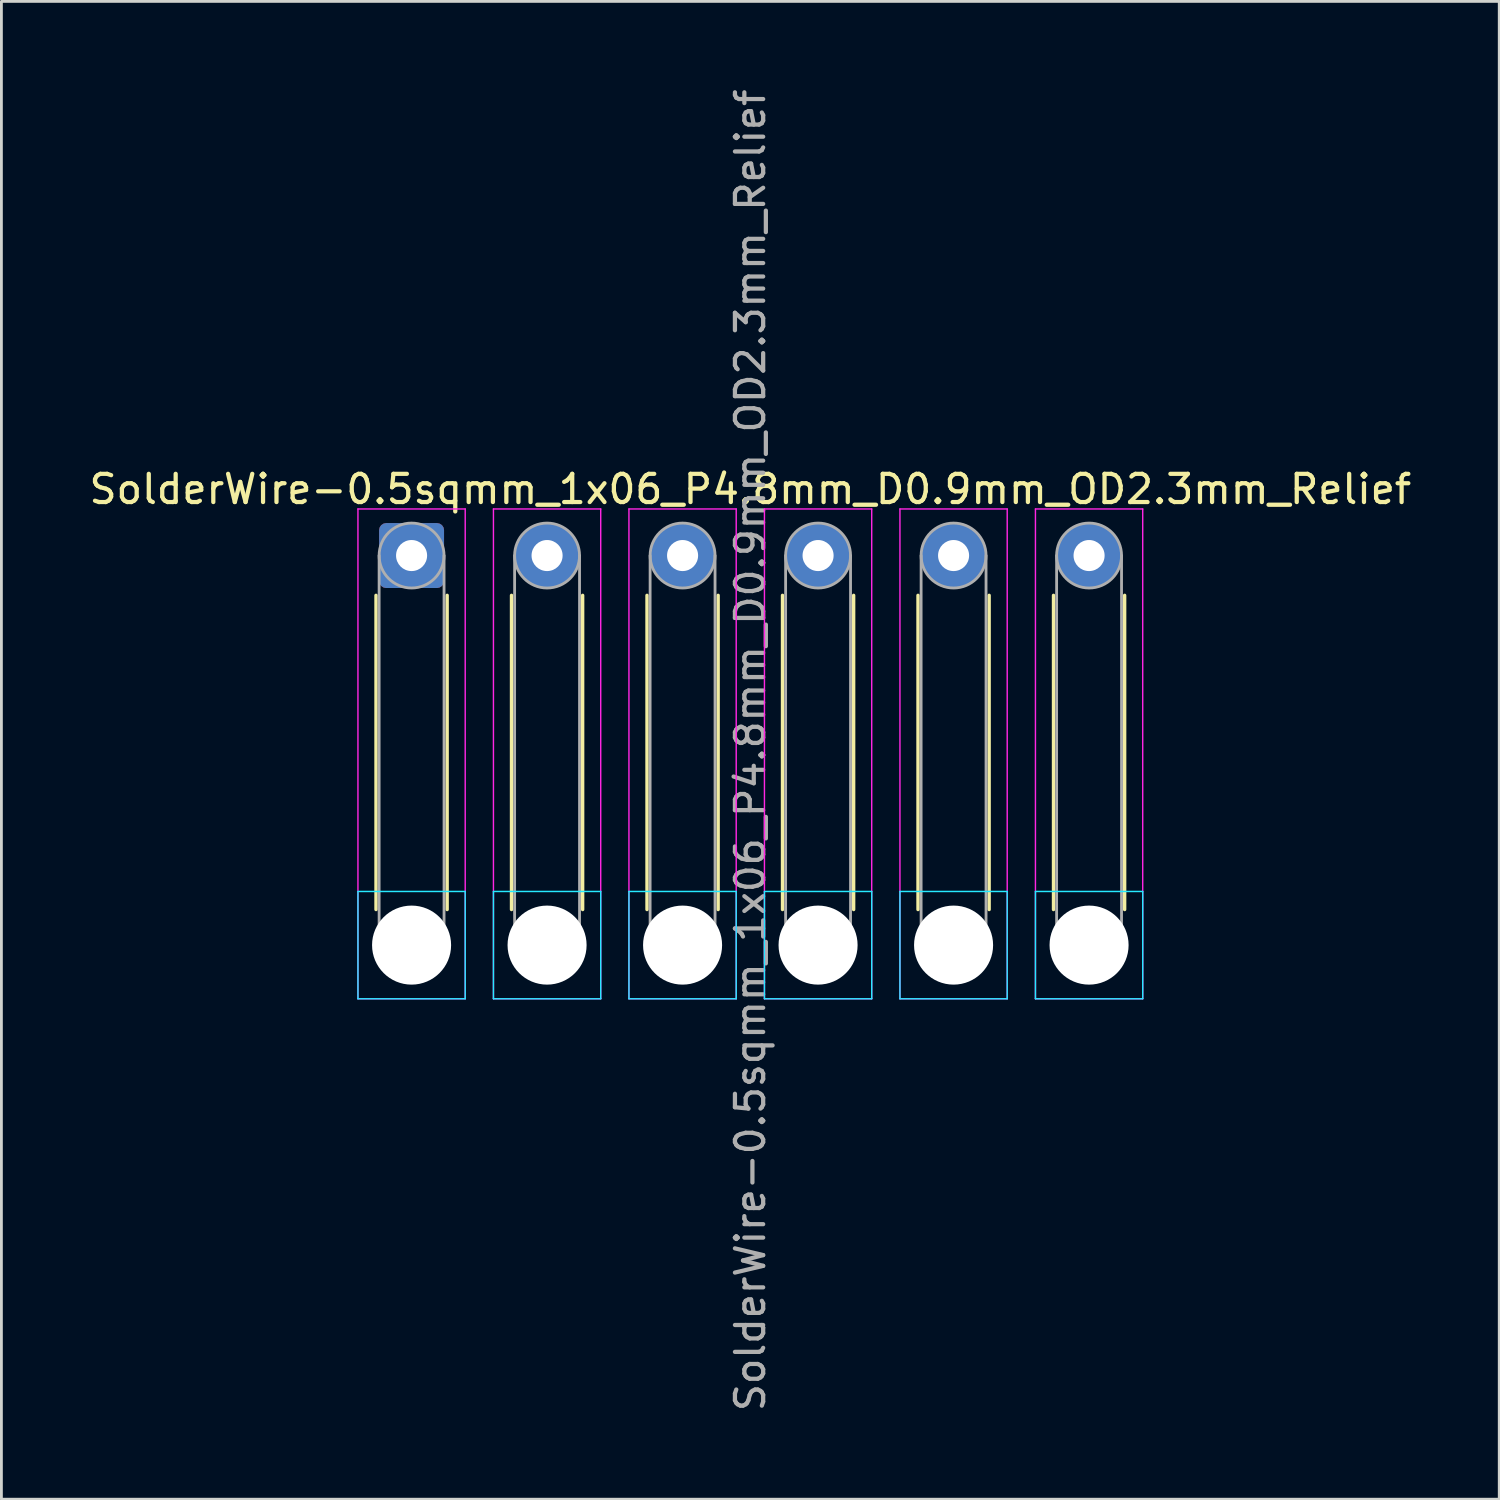
<source format=kicad_pcb>
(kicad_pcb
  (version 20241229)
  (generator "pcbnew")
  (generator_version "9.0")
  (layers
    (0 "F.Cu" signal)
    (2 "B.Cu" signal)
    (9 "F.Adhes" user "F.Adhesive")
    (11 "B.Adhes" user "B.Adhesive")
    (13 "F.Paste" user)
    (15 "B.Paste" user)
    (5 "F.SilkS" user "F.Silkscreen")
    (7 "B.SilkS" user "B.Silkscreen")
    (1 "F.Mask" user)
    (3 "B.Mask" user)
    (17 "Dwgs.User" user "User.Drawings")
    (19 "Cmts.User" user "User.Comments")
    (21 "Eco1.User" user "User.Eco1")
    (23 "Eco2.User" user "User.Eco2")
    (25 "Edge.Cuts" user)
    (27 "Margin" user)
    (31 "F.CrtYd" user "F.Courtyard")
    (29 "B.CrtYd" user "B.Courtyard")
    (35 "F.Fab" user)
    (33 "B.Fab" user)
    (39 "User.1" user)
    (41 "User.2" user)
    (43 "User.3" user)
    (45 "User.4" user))
  (footprint "SolderWire-0.5sqmm_1x06_P4.8mm_D0.9mm_OD2.3mm_Relief"
    (layer "F.Cu")
    (at 11.53 16.63)
    (property "Reference" "SolderWire-0.5sqmm_1x06_P4.8mm_D0.9mm_OD2.3mm_Relief" (at 12 -2.35 0) (layer "F.SilkS") (effects (font (size 1 1) (thickness 0.15))))
    (attr exclude_from_pos_files exclude_from_bom)
    (fp_line (start -1.26 1.41) (end -1.26 12.54) (stroke (width 0.12) (type solid)) (layer "F.SilkS"))
    (fp_line (start 1.26 1.41) (end 1.26 12.54) (stroke (width 0.12) (type solid)) (layer "F.SilkS"))
    (fp_line (start 3.54 1.41) (end 3.54 12.54) (stroke (width 0.12) (type solid)) (layer "F.SilkS"))
    (fp_line (start 6.06 1.41) (end 6.06 12.54) (stroke (width 0.12) (type solid)) (layer "F.SilkS"))
    (fp_line (start 8.34 1.41) (end 8.34 12.54) (stroke (width 0.12) (type solid)) (layer "F.SilkS"))
    (fp_line (start 10.86 1.41) (end 10.86 12.54) (stroke (width 0.12) (type solid)) (layer "F.SilkS"))
    (fp_line (start 13.14 1.41) (end 13.14 12.54) (stroke (width 0.12) (type solid)) (layer "F.SilkS"))
    (fp_line (start 15.66 1.41) (end 15.66 12.54) (stroke (width 0.12) (type solid)) (layer "F.SilkS"))
    (fp_line (start 17.94 1.41) (end 17.94 12.54) (stroke (width 0.12) (type solid)) (layer "F.SilkS"))
    (fp_line (start 20.46 1.41) (end 20.46 12.54) (stroke (width 0.12) (type solid)) (layer "F.SilkS"))
    (fp_line (start 22.74 1.41) (end 22.74 12.54) (stroke (width 0.12) (type solid)) (layer "F.SilkS"))
    (fp_line (start 25.26 1.41) (end 25.26 12.54) (stroke (width 0.12) (type solid)) (layer "F.SilkS"))
    (fp_line (start -1.9 11.9) (end -1.9 15.7) (stroke (width 0.05) (type solid)) (layer "B.CrtYd"))
    (fp_line (start -1.9 15.7) (end 1.9 15.7) (stroke (width 0.05) (type solid)) (layer "B.CrtYd"))
    (fp_line (start 1.9 11.9) (end -1.9 11.9) (stroke (width 0.05) (type solid)) (layer "B.CrtYd"))
    (fp_line (start 1.9 15.7) (end 1.9 11.9) (stroke (width 0.05) (type solid)) (layer "B.CrtYd"))
    (fp_line (start 2.9 11.9) (end 2.9 15.7) (stroke (width 0.05) (type solid)) (layer "B.CrtYd"))
    (fp_line (start 2.9 15.7) (end 6.7 15.7) (stroke (width 0.05) (type solid)) (layer "B.CrtYd"))
    (fp_line (start 6.7 11.9) (end 2.9 11.9) (stroke (width 0.05) (type solid)) (layer "B.CrtYd"))
    (fp_line (start 6.7 15.7) (end 6.7 11.9) (stroke (width 0.05) (type solid)) (layer "B.CrtYd"))
    (fp_line (start 7.7 11.9) (end 7.7 15.7) (stroke (width 0.05) (type solid)) (layer "B.CrtYd"))
    (fp_line (start 7.7 15.7) (end 11.5 15.7) (stroke (width 0.05) (type solid)) (layer "B.CrtYd"))
    (fp_line (start 11.5 11.9) (end 7.7 11.9) (stroke (width 0.05) (type solid)) (layer "B.CrtYd"))
    (fp_line (start 11.5 15.7) (end 11.5 11.9) (stroke (width 0.05) (type solid)) (layer "B.CrtYd"))
    (fp_line (start 12.5 11.9) (end 12.5 15.7) (stroke (width 0.05) (type solid)) (layer "B.CrtYd"))
    (fp_line (start 12.5 15.7) (end 16.3 15.7) (stroke (width 0.05) (type solid)) (layer "B.CrtYd"))
    (fp_line (start 16.3 11.9) (end 12.5 11.9) (stroke (width 0.05) (type solid)) (layer "B.CrtYd"))
    (fp_line (start 16.3 15.7) (end 16.3 11.9) (stroke (width 0.05) (type solid)) (layer "B.CrtYd"))
    (fp_line (start 17.3 11.9) (end 17.3 15.7) (stroke (width 0.05) (type solid)) (layer "B.CrtYd"))
    (fp_line (start 17.3 15.7) (end 21.1 15.7) (stroke (width 0.05) (type solid)) (layer "B.CrtYd"))
    (fp_line (start 21.1 11.9) (end 17.3 11.9) (stroke (width 0.05) (type solid)) (layer "B.CrtYd"))
    (fp_line (start 21.1 15.7) (end 21.1 11.9) (stroke (width 0.05) (type solid)) (layer "B.CrtYd"))
    (fp_line (start 22.1 11.9) (end 22.1 15.7) (stroke (width 0.05) (type solid)) (layer "B.CrtYd"))
    (fp_line (start 22.1 15.7) (end 25.9 15.7) (stroke (width 0.05) (type solid)) (layer "B.CrtYd"))
    (fp_line (start 25.9 11.9) (end 22.1 11.9) (stroke (width 0.05) (type solid)) (layer "B.CrtYd"))
    (fp_line (start 25.9 15.7) (end 25.9 11.9) (stroke (width 0.05) (type solid)) (layer "B.CrtYd"))
    (fp_line (start -1.9 -1.65) (end -1.9 15.7) (stroke (width 0.05) (type solid)) (layer "F.CrtYd"))
    (fp_line (start -1.9 15.7) (end 1.9 15.7) (stroke (width 0.05) (type solid)) (layer "F.CrtYd"))
    (fp_line (start 1.9 -1.65) (end -1.9 -1.65) (stroke (width 0.05) (type solid)) (layer "F.CrtYd"))
    (fp_line (start 1.9 15.7) (end 1.9 -1.65) (stroke (width 0.05) (type solid)) (layer "F.CrtYd"))
    (fp_line (start 2.9 -1.65) (end 2.9 15.7) (stroke (width 0.05) (type solid)) (layer "F.CrtYd"))
    (fp_line (start 2.9 15.7) (end 6.7 15.7) (stroke (width 0.05) (type solid)) (layer "F.CrtYd"))
    (fp_line (start 6.7 -1.65) (end 2.9 -1.65) (stroke (width 0.05) (type solid)) (layer "F.CrtYd"))
    (fp_line (start 6.7 15.7) (end 6.7 -1.65) (stroke (width 0.05) (type solid)) (layer "F.CrtYd"))
    (fp_line (start 7.7 -1.65) (end 7.7 15.7) (stroke (width 0.05) (type solid)) (layer "F.CrtYd"))
    (fp_line (start 7.7 15.7) (end 11.5 15.7) (stroke (width 0.05) (type solid)) (layer "F.CrtYd"))
    (fp_line (start 11.5 -1.65) (end 7.7 -1.65) (stroke (width 0.05) (type solid)) (layer "F.CrtYd"))
    (fp_line (start 11.5 15.7) (end 11.5 -1.65) (stroke (width 0.05) (type solid)) (layer "F.CrtYd"))
    (fp_line (start 12.5 -1.65) (end 12.5 15.7) (stroke (width 0.05) (type solid)) (layer "F.CrtYd"))
    (fp_line (start 12.5 15.7) (end 16.3 15.7) (stroke (width 0.05) (type solid)) (layer "F.CrtYd"))
    (fp_line (start 16.3 -1.65) (end 12.5 -1.65) (stroke (width 0.05) (type solid)) (layer "F.CrtYd"))
    (fp_line (start 16.3 15.7) (end 16.3 -1.65) (stroke (width 0.05) (type solid)) (layer "F.CrtYd"))
    (fp_line (start 17.3 -1.65) (end 17.3 15.7) (stroke (width 0.05) (type solid)) (layer "F.CrtYd"))
    (fp_line (start 17.3 15.7) (end 21.1 15.7) (stroke (width 0.05) (type solid)) (layer "F.CrtYd"))
    (fp_line (start 21.1 -1.65) (end 17.3 -1.65) (stroke (width 0.05) (type solid)) (layer "F.CrtYd"))
    (fp_line (start 21.1 15.7) (end 21.1 -1.65) (stroke (width 0.05) (type solid)) (layer "F.CrtYd"))
    (fp_line (start 22.1 -1.65) (end 22.1 15.7) (stroke (width 0.05) (type solid)) (layer "F.CrtYd"))
    (fp_line (start 22.1 15.7) (end 25.9 15.7) (stroke (width 0.05) (type solid)) (layer "F.CrtYd"))
    (fp_line (start 25.9 -1.65) (end 22.1 -1.65) (stroke (width 0.05) (type solid)) (layer "F.CrtYd"))
    (fp_line (start 25.9 15.7) (end 25.9 -1.65) (stroke (width 0.05) (type solid)) (layer "F.CrtYd"))
    (fp_line (start -1.15 0) (end -1.15 13.8) (stroke (width 0.1) (type solid)) (layer "F.Fab"))
    (fp_line (start 1.15 0) (end 1.15 13.8) (stroke (width 0.1) (type solid)) (layer "F.Fab"))
    (fp_line (start 3.65 0) (end 3.65 13.8) (stroke (width 0.1) (type solid)) (layer "F.Fab"))
    (fp_line (start 5.95 0) (end 5.95 13.8) (stroke (width 0.1) (type solid)) (layer "F.Fab"))
    (fp_line (start 8.45 0) (end 8.45 13.8) (stroke (width 0.1) (type solid)) (layer "F.Fab"))
    (fp_line (start 10.75 0) (end 10.75 13.8) (stroke (width 0.1) (type solid)) (layer "F.Fab"))
    (fp_line (start 13.25 0) (end 13.25 13.8) (stroke (width 0.1) (type solid)) (layer "F.Fab"))
    (fp_line (start 15.55 0) (end 15.55 13.8) (stroke (width 0.1) (type solid)) (layer "F.Fab"))
    (fp_line (start 18.05 0) (end 18.05 13.8) (stroke (width 0.1) (type solid)) (layer "F.Fab"))
    (fp_line (start 20.35 0) (end 20.35 13.8) (stroke (width 0.1) (type solid)) (layer "F.Fab"))
    (fp_line (start 22.85 0) (end 22.85 13.8) (stroke (width 0.1) (type solid)) (layer "F.Fab"))
    (fp_line (start 25.15 0) (end 25.15 13.8) (stroke (width 0.1) (type solid)) (layer "F.Fab"))
    (fp_circle (center 0 0) (end 1.15 0) (stroke (width 0.1) (type solid)) (fill no) (layer "F.Fab"))
    (fp_circle (center 0 13.8) (end 1.15 13.8) (stroke (width 0.1) (type solid)) (fill no) (layer "F.Fab"))
    (fp_circle (center 4.8 0) (end 5.95 0) (stroke (width 0.1) (type solid)) (fill no) (layer "F.Fab"))
    (fp_circle (center 4.8 13.8) (end 5.95 13.8) (stroke (width 0.1) (type solid)) (fill no) (layer "F.Fab"))
    (fp_circle (center 9.6 0) (end 10.75 0) (stroke (width 0.1) (type solid)) (fill no) (layer "F.Fab"))
    (fp_circle (center 9.6 13.8) (end 10.75 13.8) (stroke (width 0.1) (type solid)) (fill no) (layer "F.Fab"))
    (fp_circle (center 14.4 0) (end 15.55 0) (stroke (width 0.1) (type solid)) (fill no) (layer "F.Fab"))
    (fp_circle (center 14.4 13.8) (end 15.55 13.8) (stroke (width 0.1) (type solid)) (fill no) (layer "F.Fab"))
    (fp_circle (center 19.2 0) (end 20.35 0) (stroke (width 0.1) (type solid)) (fill no) (layer "F.Fab"))
    (fp_circle (center 19.2 13.8) (end 20.35 13.8) (stroke (width 0.1) (type solid)) (fill no) (layer "F.Fab"))
    (fp_circle (center 24 0) (end 25.15 0) (stroke (width 0.1) (type solid)) (fill no) (layer "F.Fab"))
    (fp_circle (center 24 13.8) (end 25.15 13.8) (stroke (width 0.1) (type solid)) (fill no) (layer "F.Fab"))
    (fp_text user "${REFERENCE}" (at 12 6.9 90) (layer "F.Fab") (effects (font (size 1 1) (thickness 0.15))))
    (pad "" np_thru_hole circle (at 0 13.8) (size 2.8 2.8) (drill 2.8) (layers "*.Cu" "*.Mask"))
    (pad "" np_thru_hole circle (at 4.8 13.8) (size 2.8 2.8) (drill 2.8) (layers "*.Cu" "*.Mask"))
    (pad "" np_thru_hole circle (at 9.6 13.8) (size 2.8 2.8) (drill 2.8) (layers "*.Cu" "*.Mask"))
    (pad "" np_thru_hole circle (at 14.4 13.8) (size 2.8 2.8) (drill 2.8) (layers "*.Cu" "*.Mask"))
    (pad "" np_thru_hole circle (at 19.2 13.8) (size 2.8 2.8) (drill 2.8) (layers "*.Cu" "*.Mask"))
    (pad "" np_thru_hole circle (at 24 13.8) (size 2.8 2.8) (drill 2.8) (layers "*.Cu" "*.Mask"))
    (pad "1" thru_hole roundrect (at 0 0) (size 2.3 2.3) (drill 1.1) (layers "*.Cu" "*.Mask") (roundrect_rratio 0.109))
    (pad "2" thru_hole circle (at 4.8 0) (size 2.3 2.3) (drill 1.1) (layers "*.Cu" "*.Mask"))
    (pad "3" thru_hole circle (at 9.6 0) (size 2.3 2.3) (drill 1.1) (layers "*.Cu" "*.Mask"))
    (pad "4" thru_hole circle (at 14.4 0) (size 2.3 2.3) (drill 1.1) (layers "*.Cu" "*.Mask"))
    (pad "5" thru_hole circle (at 19.2 0) (size 2.3 2.3) (drill 1.1) (layers "*.Cu" "*.Mask"))
    (pad "6" thru_hole circle (at 24 0) (size 2.3 2.3) (drill 1.1) (layers "*.Cu" "*.Mask")))
  (gr_rect
    (start -3 -3)
    (end 50.06 50.06)
    (stroke (width 0.1) (type default))
    (fill no)
    (layer "Edge.Cuts")))
</source>
